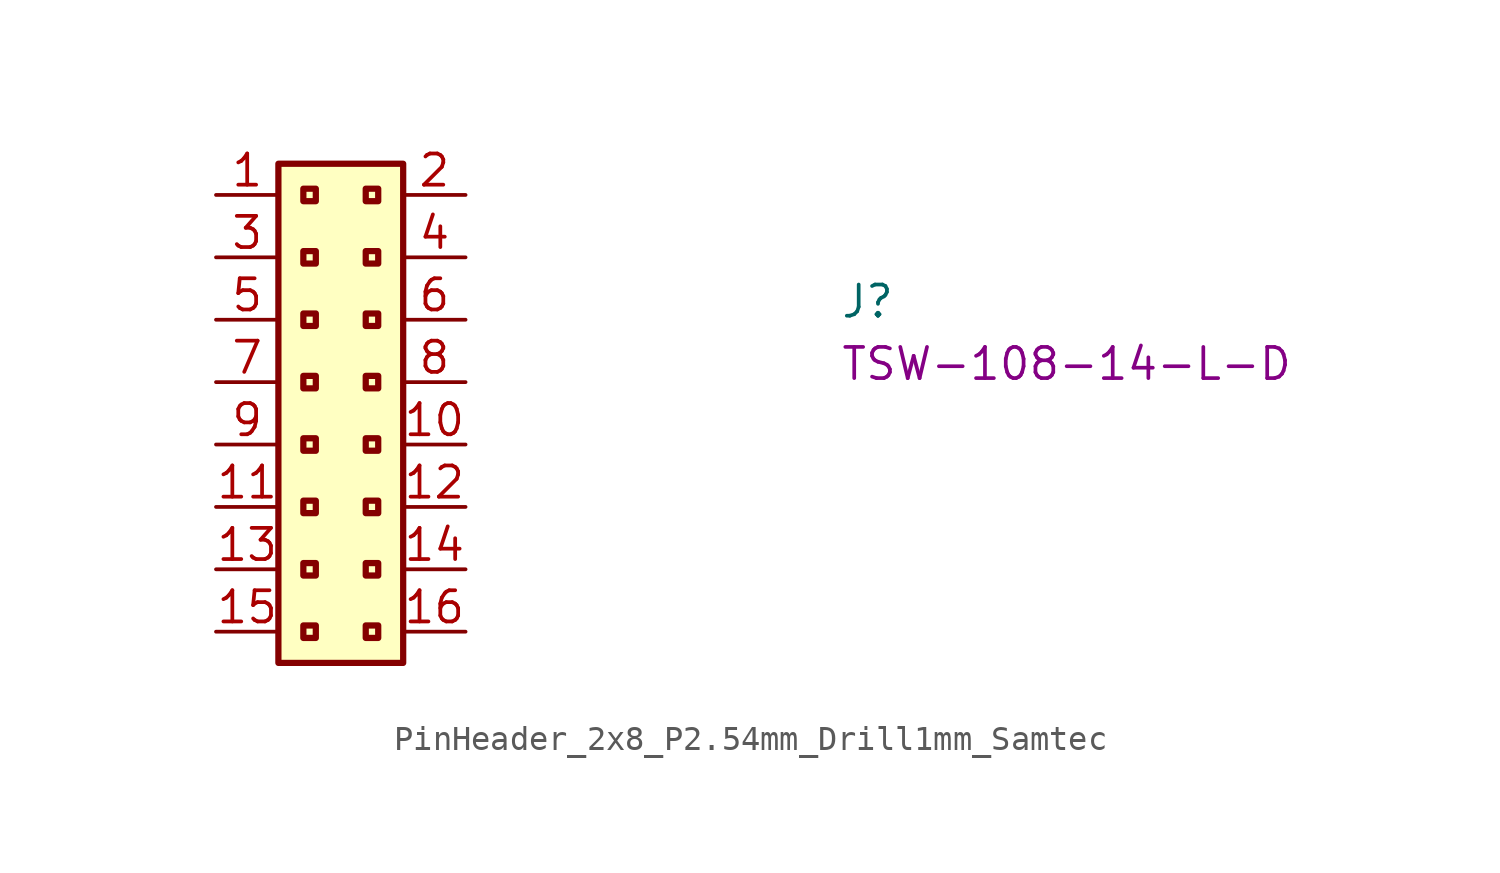
<source format=kicad_sym>
(kicad_symbol_lib
  (version 20220914)
  (generator kicad_symbol_editor)
  (symbol "PinHeader_2x8_P2.54mm_Drill1mm_Samtec"
    (property "Reference" "J"
      (at 25.4 -5.08 0)
      (effects (font (size 1.27 1.27) (thickness 0.15)) (justify left bottom)))
    (property "MPN" "TSW-108-14-L-D"
      (at 25.4 -7.62 0)
      (effects (font (size 1.27 1.27) (thickness 0.15)) (justify left bottom)))
    (symbol "PinHeader_2x8_P2.54mm_Drill1mm_Samtec_1_1"
      (rectangle (start 2.54 1.27) (end 7.62 -19.05) (stroke (width 0.254) (type default)) (fill (type background)))
      (rectangle (start 3.556 -17.526) (end 4.064 -18.034) (stroke (width 0.254) (type default)) (fill (type background)))
      (rectangle (start 3.556 -14.986) (end 4.064 -15.494) (stroke (width 0.254) (type default)) (fill (type background)))
      (rectangle (start 3.556 -12.446) (end 4.064 -12.954) (stroke (width 0.254) (type default)) (fill (type background)))
      (rectangle (start 3.556 -9.906) (end 4.064 -10.414) (stroke (width 0.254) (type default)) (fill (type background)))
      (rectangle (start 3.556 -7.366) (end 4.064 -7.874) (stroke (width 0.254) (type default)) (fill (type background)))
      (rectangle (start 3.556 -4.826) (end 4.064 -5.334) (stroke (width 0.254) (type default)) (fill (type background)))
      (rectangle (start 3.556 -2.286) (end 4.064 -2.794) (stroke (width 0.254) (type default)) (fill (type background)))
      (rectangle (start 3.556 0.254) (end 4.064 -0.254) (stroke (width 0.254) (type default)) (fill (type background)))
      (rectangle (start 6.096 -17.526) (end 6.604 -18.034) (stroke (width 0.254) (type default)) (fill (type background)))
      (rectangle (start 6.096 -14.986) (end 6.604 -15.494) (stroke (width 0.254) (type default)) (fill (type background)))
      (rectangle (start 6.096 -12.446) (end 6.604 -12.954) (stroke (width 0.254) (type default)) (fill (type background)))
      (rectangle (start 6.096 -9.906) (end 6.604 -10.414) (stroke (width 0.254) (type default)) (fill (type background)))
      (rectangle (start 6.096 -7.366) (end 6.604 -7.874) (stroke (width 0.254) (type default)) (fill (type background)))
      (rectangle (start 6.096 -4.826) (end 6.604 -5.334) (stroke (width 0.254) (type default)) (fill (type background)))
      (rectangle (start 6.096 -2.286) (end 6.604 -2.794) (stroke (width 0.254) (type default)) (fill (type background)))
      (rectangle (start 6.096 0.254) (end 6.604 -0.254) (stroke (width 0.254) (type default)) (fill (type background)))
      (pin passive line (at 0 0 0) (length 2.54) (name "~" (effects (font (size 1.27 1.27)))) (number "1" (effects (font (size 1.27 1.27)))))
      (pin passive line (at 10.16 -10.16 180) (length 2.54) (name "~" (effects (font (size 1.27 1.27)))) (number "10" (effects (font (size 1.27 1.27)))))
      (pin passive line (at 0 -12.7 0) (length 2.54) (name "~" (effects (font (size 1.27 1.27)))) (number "11" (effects (font (size 1.27 1.27)))))
      (pin passive line (at 10.16 -12.7 180) (length 2.54) (name "~" (effects (font (size 1.27 1.27)))) (number "12" (effects (font (size 1.27 1.27)))))
      (pin passive line (at 0 -15.24 0) (length 2.54) (name "~" (effects (font (size 1.27 1.27)))) (number "13" (effects (font (size 1.27 1.27)))))
      (pin passive line (at 10.16 -15.24 180) (length 2.54) (name "~" (effects (font (size 1.27 1.27)))) (number "14" (effects (font (size 1.27 1.27)))))
      (pin passive line (at 0 -17.78 0) (length 2.54) (name "~" (effects (font (size 1.27 1.27)))) (number "15" (effects (font (size 1.27 1.27)))))
      (pin passive line (at 10.16 -17.78 180) (length 2.54) (name "~" (effects (font (size 1.27 1.27)))) (number "16" (effects (font (size 1.27 1.27)))))
      (pin passive line (at 10.16 0 180) (length 2.54) (name "~" (effects (font (size 1.27 1.27)))) (number "2" (effects (font (size 1.27 1.27)))))
      (pin passive line (at 0 -2.54 0) (length 2.54) (name "~" (effects (font (size 1.27 1.27)))) (number "3" (effects (font (size 1.27 1.27)))))
      (pin passive line (at 10.16 -2.54 180) (length 2.54) (name "~" (effects (font (size 1.27 1.27)))) (number "4" (effects (font (size 1.27 1.27)))))
      (pin passive line (at 0 -5.08 0) (length 2.54) (name "~" (effects (font (size 1.27 1.27)))) (number "5" (effects (font (size 1.27 1.27)))))
      (pin passive line (at 10.16 -5.08 180) (length 2.54) (name "~" (effects (font (size 1.27 1.27)))) (number "6" (effects (font (size 1.27 1.27)))))
      (pin passive line (at 0 -7.62 0) (length 2.54) (name "~" (effects (font (size 1.27 1.27)))) (number "7" (effects (font (size 1.27 1.27)))))
      (pin passive line (at 10.16 -7.62 180) (length 2.54) (name "~" (effects (font (size 1.27 1.27)))) (number "8" (effects (font (size 1.27 1.27)))))
      (pin passive line (at 0 -10.16 0) (length 2.54) (name "~" (effects (font (size 1.27 1.27)))) (number "9" (effects (font (size 1.27 1.27))))))))
</source>
